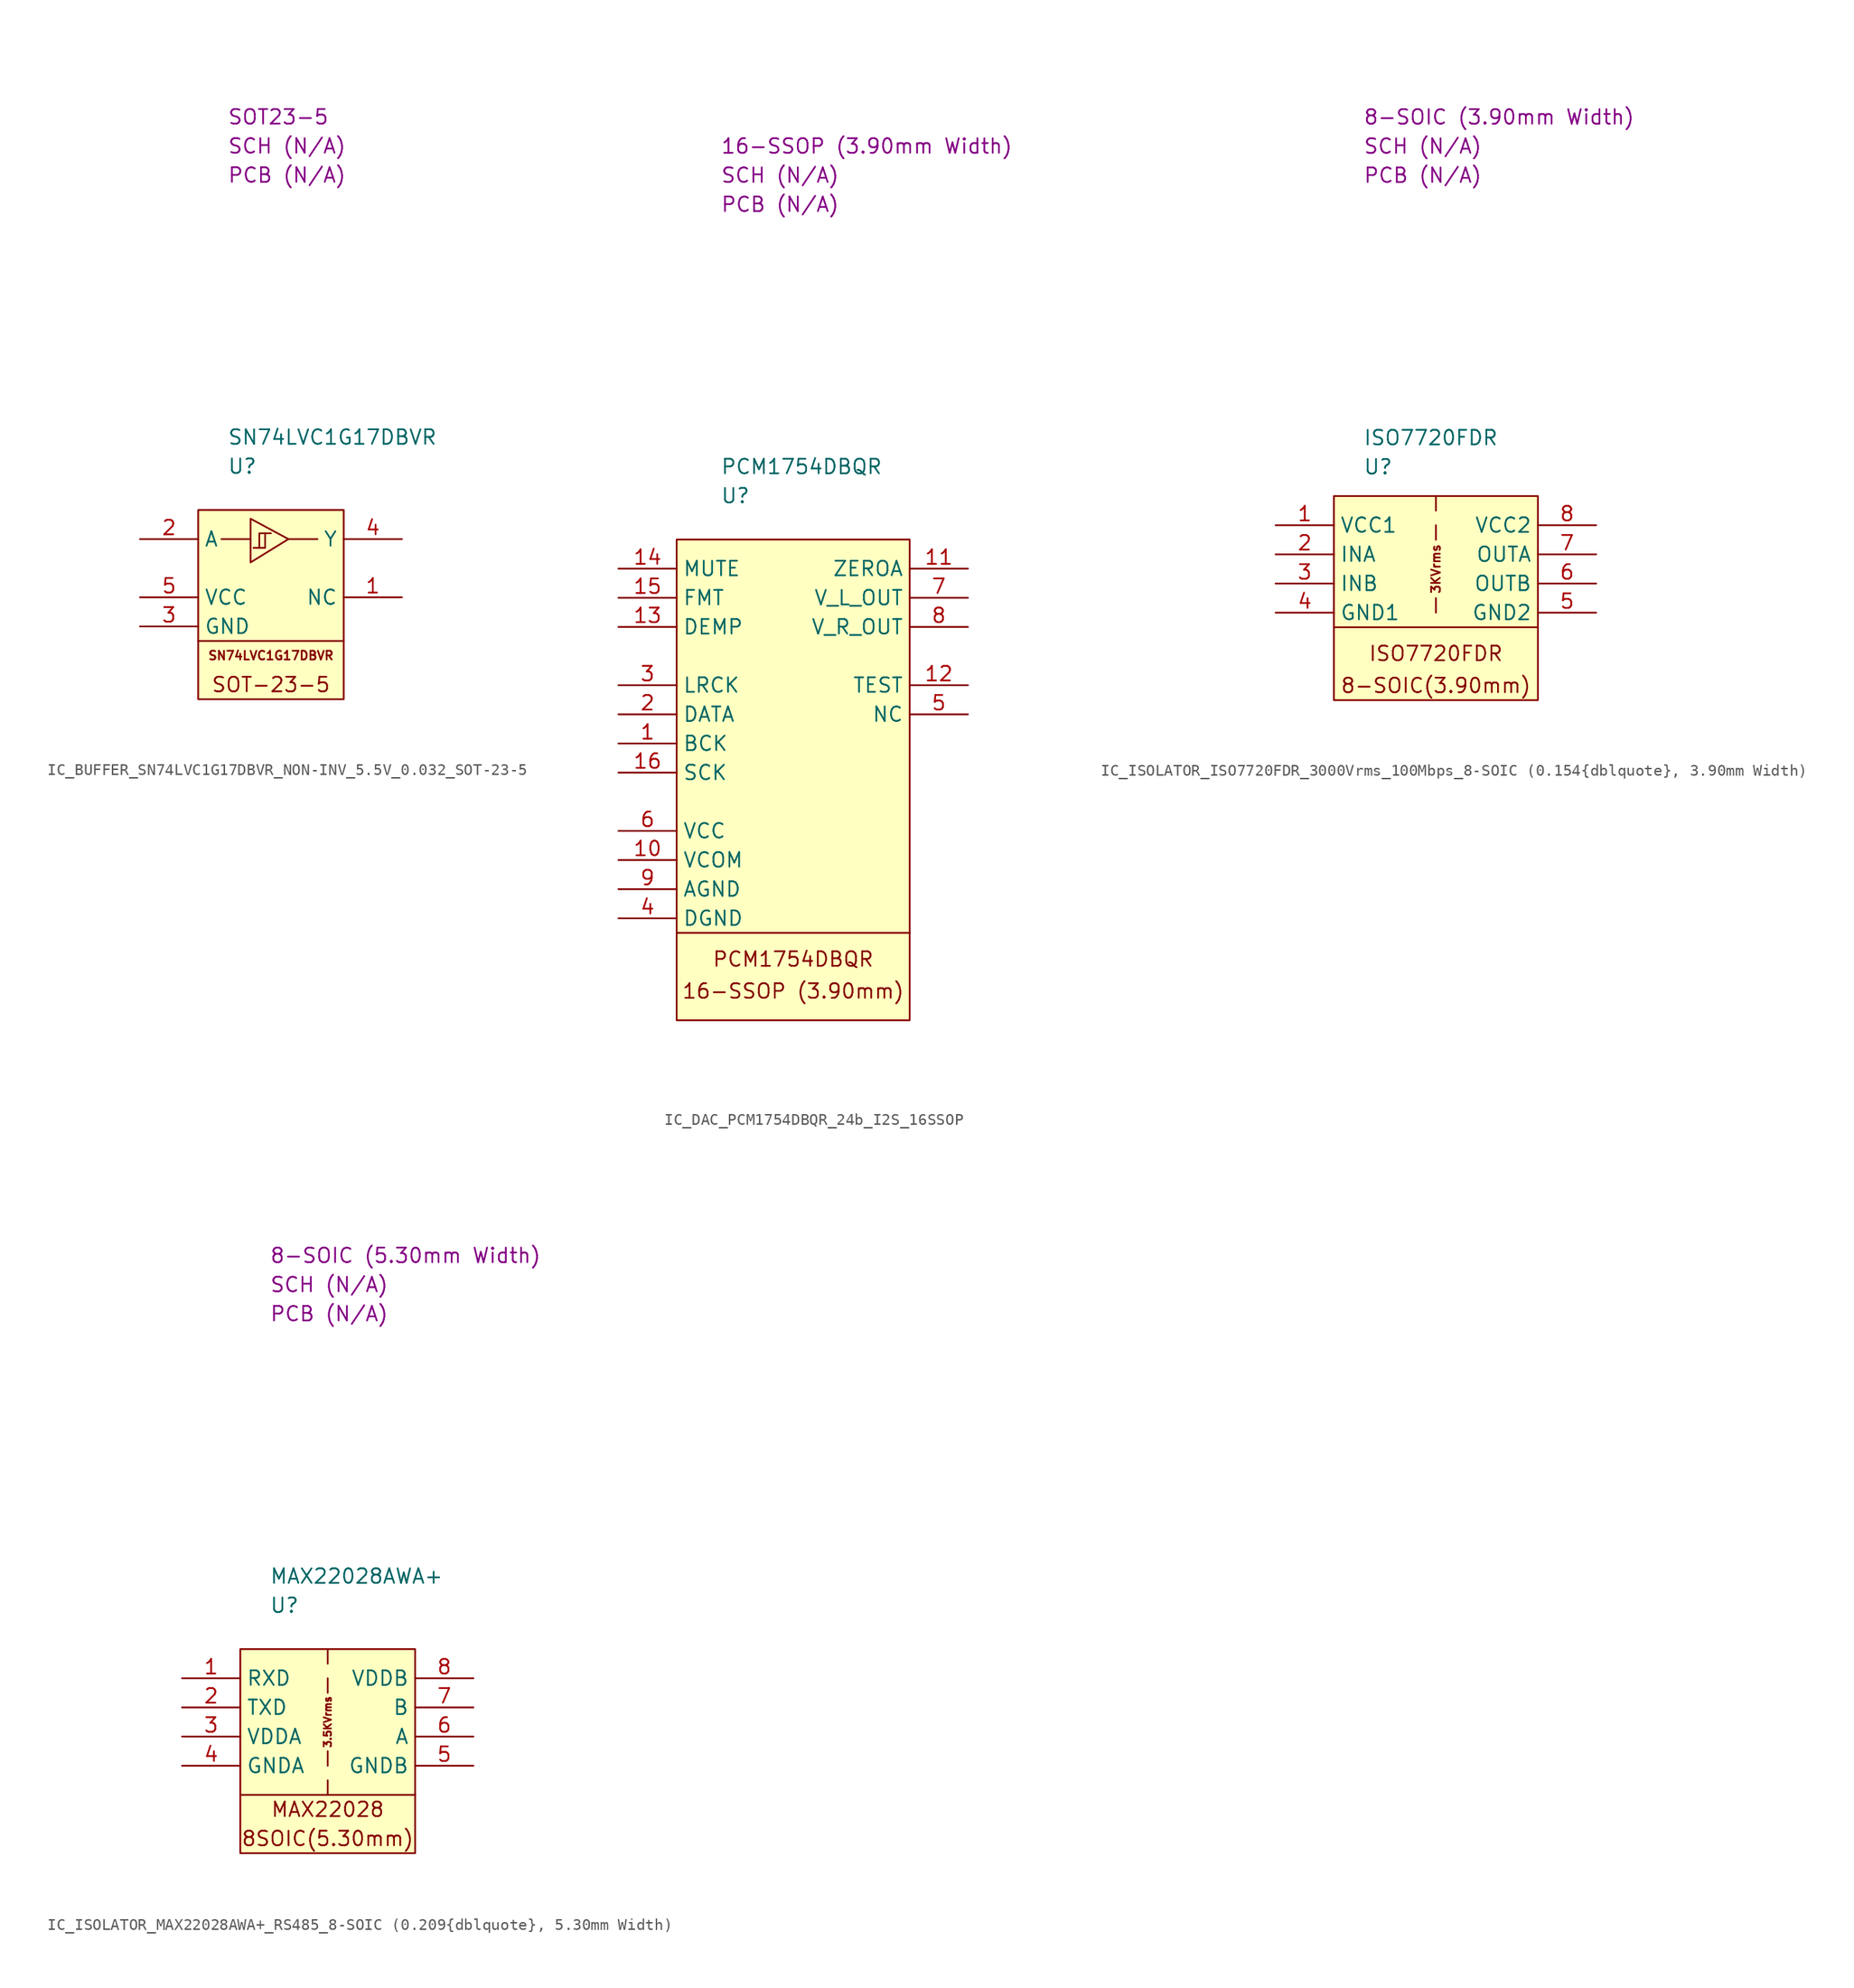
<source format=kicad_sym>
(kicad_symbol_lib
  (version 20220914)
  (generator kicad_symbol_editor)
  (symbol "IC_BUFFER_SN74LVC1G17DBVR_NON-INV_5.5V_0.032_SOT-23-5"
    (property "Reference" "U"
      (at 2.54 3.81 0)
      (effects (font (size 1.27 1.27)) (justify left)))
    (property "Value" "SN74LVC1G17DBVR"
      (at 2.54 6.35 0)
      (effects (font (size 1.27 1.27)) (justify left)))
    (property "Package" "SOT23-5"
      (at 2.54 34.29 0)
      (effects (font (size 1.27 1.27)) (justify left)))
    (property "SCH CHECK" "SCH (N/A)"
      (at 2.54 31.75 0)
      (effects (font (size 1.27 1.27)) (justify left)))
    (property "PCB CHECK" "PCB (N/A)"
      (at 2.54 29.21 0)
      (effects (font (size 1.27 1.27)) (justify left)))
    (symbol "IC_BUFFER_SN74LVC1G17DBVR_NON-INV_5.5V_0.032_SOT-23-5_0_0"
      (text "SN74LVC1G17DBVR" (at 6.35 -12.7 0) (effects (font (size 0.762 0.762))))
      (text "SOT-23-5" (at 6.35 -15.24 0) (effects (font (size 1.27 1.27)))))
    (symbol "IC_BUFFER_SN74LVC1G17DBVR_NON-INV_5.5V_0.032_SOT-23-5_0_1"
      (polyline (pts (xy 0 -11.43) (xy 12.7 -11.43)) (stroke (width 0) (type default)) (fill (type none)))
      (polyline (pts (xy 4.572 -2.54) (xy 2.032 -2.54)) (stroke (width 0) (type default)) (fill (type none)))
      (polyline (pts (xy 7.874 -2.54) (xy 10.414 -2.54)) (stroke (width 0) (type default)) (fill (type none)))
      (polyline (pts (xy 5.334 -3.302) (xy 5.842 -3.302) (xy 5.842 -2.032)) (stroke (width 0) (type default)) (fill (type none)))
      (polyline (pts (xy 4.572 -0.762) (xy 4.572 -4.572) (xy 7.874 -2.54) (xy 4.572 -0.762)) (stroke (width 0) (type default)) (fill (type none)))
      (polyline (pts (xy 6.35 -2.032) (xy 5.334 -2.032) (xy 5.334 -3.302) (xy 4.826 -3.302)) (stroke (width 0) (type default)) (fill (type none)))
      (rectangle (start 0 0) (end 12.7 -16.51) (stroke (width 0) (type default)) (fill (type background))))
    (symbol "IC_BUFFER_SN74LVC1G17DBVR_NON-INV_5.5V_0.032_SOT-23-5_1_1"
      (pin passive line (at 17.78 -7.62 180) (length 5.08) (name "NC" (effects (font (size 1.27 1.27)))) (number "1" (effects (font (size 1.27 1.27)))))
      (pin passive line (at -5.08 -2.54 0) (length 5.08) (name "A" (effects (font (size 1.27 1.27)))) (number "2" (effects (font (size 1.27 1.27)))))
      (pin passive line (at -5.08 -10.16 0) (length 5.08) (name "GND" (effects (font (size 1.27 1.27)))) (number "3" (effects (font (size 1.27 1.27)))))
      (pin passive line (at 17.78 -2.54 180) (length 5.08) (name "Y" (effects (font (size 1.27 1.27)))) (number "4" (effects (font (size 1.27 1.27)))))
      (pin passive line (at -5.08 -7.62 0) (length 5.08) (name "VCC" (effects (font (size 1.27 1.27)))) (number "5" (effects (font (size 1.27 1.27)))))))
  (symbol "IC_DAC_PCM1754DBQR_24b_I2S_16SSOP"
    (property "Reference" "U"
      (at 3.81 3.81 0)
      (effects (font (size 1.27 1.27)) (justify left)))
    (property "Value" "PCM1754DBQR"
      (at 3.81 6.35 0)
      (effects (font (size 1.27 1.27)) (justify left)))
    (property "Package" "16-SSOP (3.90mm Width)"
      (at 3.81 34.29 0)
      (effects (font (size 1.27 1.27)) (justify left)))
    (property "SCH CHECK" "SCH (N/A)"
      (at 3.81 31.75 0)
      (effects (font (size 1.27 1.27)) (justify left)))
    (property "PCB CHECk" "PCB (N/A)"
      (at 3.81 29.21 0)
      (effects (font (size 1.27 1.27)) (justify left)))
    (symbol "IC_DAC_PCM1754DBQR_24b_I2S_16SSOP_0_0"
      (text "	\nPCM1754DBQR" (at 10.16 -35.56 0) (effects (font (size 1.27 1.27))))
      (text "16-SSOP (3.90mm)" (at 10.16 -39.37 0) (effects (font (size 1.27 1.27)))))
    (symbol "IC_DAC_PCM1754DBQR_24b_I2S_16SSOP_0_1"
      (polyline (pts (xy 0 -34.29) (xy 20.32 -34.29)) (stroke (width 0) (type default)) (fill (type none)))
      (rectangle (start 0 0) (end 20.32 -41.91) (stroke (width 0) (type default)) (fill (type background))))
    (symbol "IC_DAC_PCM1754DBQR_24b_I2S_16SSOP_1_1"
      (pin passive line (at -5.08 -17.78 0) (length 5.08) (name "BCK" (effects (font (size 1.27 1.27)))) (number "1" (effects (font (size 1.27 1.27)))))
      (pin passive line (at -5.08 -27.94 0) (length 5.08) (name "VCOM" (effects (font (size 1.27 1.27)))) (number "10" (effects (font (size 1.27 1.27)))))
      (pin passive line (at 25.4 -2.54 180) (length 5.08) (name "ZEROA" (effects (font (size 1.27 1.27)))) (number "11" (effects (font (size 1.27 1.27)))))
      (pin passive line (at 25.4 -12.7 180) (length 5.08) (name "TEST" (effects (font (size 1.27 1.27)))) (number "12" (effects (font (size 1.27 1.27)))))
      (pin passive line (at -5.08 -7.62 0) (length 5.08) (name "DEMP" (effects (font (size 1.27 1.27)))) (number "13" (effects (font (size 1.27 1.27)))))
      (pin passive line (at -5.08 -2.54 0) (length 5.08) (name "MUTE" (effects (font (size 1.27 1.27)))) (number "14" (effects (font (size 1.27 1.27)))))
      (pin passive line (at -5.08 -5.08 0) (length 5.08) (name "FMT" (effects (font (size 1.27 1.27)))) (number "15" (effects (font (size 1.27 1.27)))))
      (pin passive line (at -5.08 -20.32 0) (length 5.08) (name "SCK" (effects (font (size 1.27 1.27)))) (number "16" (effects (font (size 1.27 1.27)))))
      (pin passive line (at -5.08 -15.24 0) (length 5.08) (name "DATA" (effects (font (size 1.27 1.27)))) (number "2" (effects (font (size 1.27 1.27)))))
      (pin passive line (at -5.08 -12.7 0) (length 5.08) (name "LRCK" (effects (font (size 1.27 1.27)))) (number "3" (effects (font (size 1.27 1.27)))))
      (pin passive line (at -5.08 -33.02 0) (length 5.08) (name "DGND" (effects (font (size 1.27 1.27)))) (number "4" (effects (font (size 1.27 1.27)))))
      (pin passive line (at 25.4 -15.24 180) (length 5.08) (name "NC" (effects (font (size 1.27 1.27)))) (number "5" (effects (font (size 1.27 1.27)))))
      (pin passive line (at -5.08 -25.4 0) (length 5.08) (name "VCC" (effects (font (size 1.27 1.27)))) (number "6" (effects (font (size 1.27 1.27)))))
      (pin passive line (at 25.4 -5.08 180) (length 5.08) (name "V_L_OUT" (effects (font (size 1.27 1.27)))) (number "7" (effects (font (size 1.27 1.27)))))
      (pin passive line (at 25.4 -7.62 180) (length 5.08) (name "V_R_OUT" (effects (font (size 1.27 1.27)))) (number "8" (effects (font (size 1.27 1.27)))))
      (pin passive line (at -5.08 -30.48 0) (length 5.08) (name "AGND" (effects (font (size 1.27 1.27)))) (number "9" (effects (font (size 1.27 1.27)))))))
  (symbol "IC_ISOLATOR_ISO7720FDR_3000Vrms_100Mbps_8-SOIC (0.154{dblquote}, 3.90mm Width)"
    (property "Reference" "U"
      (at 2.54 2.54 0)
      (effects (font (size 1.27 1.27)) (justify left)))
    (property "Value" "ISO7720FDR"
      (at 2.54 5.08 0)
      (effects (font (size 1.27 1.27)) (justify left)))
    (property "Package" "8-SOIC (3.90mm Width)"
      (at 2.54 33.02 0)
      (effects (font (size 1.27 1.27)) (justify left)))
    (property "SCH CHECK" "SCH (N/A)"
      (at 2.54 30.48 0)
      (effects (font (size 1.27 1.27)) (justify left)))
    (property "PCB CHECk" "PCB (N/A)"
      (at 2.54 27.94 0)
      (effects (font (size 1.27 1.27)) (justify left)))
    (symbol "IC_ISOLATOR_ISO7720FDR_3000Vrms_100Mbps_8-SOIC (0.154{dblquote}, 3.90mm Width)_0_0"
      (polyline (pts (xy 8.89 -8.89) (xy 8.89 -10.16)) (stroke (width 0) (type default)) (fill (type none)))
      (polyline (pts (xy 8.89 -2.54) (xy 8.89 -3.81)) (stroke (width 0) (type default)) (fill (type none)))
      (polyline (pts (xy 8.89 0) (xy 8.89 -1.27)) (stroke (width 0) (type default)) (fill (type none)))
      (text "	\nISO7720FDR" (at 8.89 -12.7 0) (effects (font (size 1.27 1.27))))
      (text "3KVrms" (at 8.89 -6.35 900) (effects (font (size 0.762 0.762))))
      (text "8-SOIC(3.90mm)" (at 8.89 -16.51 0) (effects (font (size 1.27 1.27)))))
    (symbol "IC_ISOLATOR_ISO7720FDR_3000Vrms_100Mbps_8-SOIC (0.154{dblquote}, 3.90mm Width)_0_1"
      (polyline (pts (xy 17.78 -11.43) (xy 0 -11.43)) (stroke (width 0) (type default)) (fill (type none)))
      (rectangle (start 0 0) (end 17.78 -17.78) (stroke (width 0) (type default)) (fill (type background))))
    (symbol "IC_ISOLATOR_ISO7720FDR_3000Vrms_100Mbps_8-SOIC (0.154{dblquote}, 3.90mm Width)_1_1"
      (pin passive line (at -5.08 -2.54 0) (length 5.08) (name "VCC1" (effects (font (size 1.27 1.27)))) (number "1" (effects (font (size 1.27 1.27)))))
      (pin passive line (at -5.08 -5.08 0) (length 5.08) (name "INA" (effects (font (size 1.27 1.27)))) (number "2" (effects (font (size 1.27 1.27)))))
      (pin passive line (at -5.08 -7.62 0) (length 5.08) (name "INB" (effects (font (size 1.27 1.27)))) (number "3" (effects (font (size 1.27 1.27)))))
      (pin passive line (at -5.08 -10.16 0) (length 5.08) (name "GND1" (effects (font (size 1.27 1.27)))) (number "4" (effects (font (size 1.27 1.27)))))
      (pin passive line (at 22.86 -10.16 180) (length 5.08) (name "GND2" (effects (font (size 1.27 1.27)))) (number "5" (effects (font (size 1.27 1.27)))))
      (pin passive line (at 22.86 -7.62 180) (length 5.08) (name "OUTB" (effects (font (size 1.27 1.27)))) (number "6" (effects (font (size 1.27 1.27)))))
      (pin passive line (at 22.86 -5.08 180) (length 5.08) (name "OUTA" (effects (font (size 1.27 1.27)))) (number "7" (effects (font (size 1.27 1.27)))))
      (pin passive line (at 22.86 -2.54 180) (length 5.08) (name "VCC2" (effects (font (size 1.27 1.27)))) (number "8" (effects (font (size 1.27 1.27)))))))
  (symbol "IC_ISOLATOR_MAX22028AWA+_RS485_8-SOIC (0.209{dblquote}, 5.30mm Width)"
    (property "Reference" "U"
      (at 2.54 3.81 0)
      (effects (font (size 1.27 1.27)) (justify left)))
    (property "Value" "MAX22028AWA+"
      (at 2.54 6.35 0)
      (effects (font (size 1.27 1.27)) (justify left)))
    (property "Package" "8-SOIC (5.30mm Width)"
      (at 2.54 34.29 0)
      (effects (font (size 1.27 1.27)) (justify left)))
    (property "SCH CHECK" "SCH (N/A)"
      (at 2.54 31.75 0)
      (effects (font (size 1.27 1.27)) (justify left)))
    (property "PCB CHECk" "PCB (N/A)"
      (at 2.54 29.21 0)
      (effects (font (size 1.27 1.27)) (justify left)))
    (symbol "IC_ISOLATOR_MAX22028AWA+_RS485_8-SOIC (0.209{dblquote}, 5.30mm Width)_0_0"
      (polyline (pts (xy 7.62 -11.43) (xy 7.62 -12.7)) (stroke (width 0) (type default)) (fill (type none)))
      (polyline (pts (xy 7.62 -8.89) (xy 7.62 -10.16)) (stroke (width 0) (type default)) (fill (type none)))
      (polyline (pts (xy 7.62 -2.54) (xy 7.62 -3.81)) (stroke (width 0) (type default)) (fill (type none)))
      (polyline (pts (xy 7.62 0) (xy 7.62 -1.27)) (stroke (width 0) (type default)) (fill (type none)))
      (text "3.5KVrms" (at 7.62 -6.35 900) (effects (font (size 0.635 0.635))))
      (text "8SOIC(5.30mm)" (at 7.62 -16.51 0) (effects (font (size 1.27 1.27))))
      (text "MAX22028" (at 7.62 -13.97 0) (effects (font (size 1.27 1.27)))))
    (symbol "IC_ISOLATOR_MAX22028AWA+_RS485_8-SOIC (0.209{dblquote}, 5.30mm Width)_0_1"
      (polyline (pts (xy 0 -12.7) (xy 15.24 -12.7)) (stroke (width 0) (type default)) (fill (type none)))
      (rectangle (start 0 0) (end 15.24 -17.78) (stroke (width 0) (type default)) (fill (type background))))
    (symbol "IC_ISOLATOR_MAX22028AWA+_RS485_8-SOIC (0.209{dblquote}, 5.30mm Width)_1_1"
      (pin passive line (at -5.08 -2.54 0) (length 5.08) (name "RXD" (effects (font (size 1.27 1.27)))) (number "1" (effects (font (size 1.27 1.27)))))
      (pin passive line (at -5.08 -5.08 0) (length 5.08) (name "TXD" (effects (font (size 1.27 1.27)))) (number "2" (effects (font (size 1.27 1.27)))))
      (pin passive line (at -5.08 -7.62 0) (length 5.08) (name "VDDA" (effects (font (size 1.27 1.27)))) (number "3" (effects (font (size 1.27 1.27)))))
      (pin passive line (at -5.08 -10.16 0) (length 5.08) (name "GNDA" (effects (font (size 1.27 1.27)))) (number "4" (effects (font (size 1.27 1.27)))))
      (pin passive line (at 20.32 -10.16 180) (length 5.08) (name "GNDB" (effects (font (size 1.27 1.27)))) (number "5" (effects (font (size 1.27 1.27)))))
      (pin passive line (at 20.32 -7.62 180) (length 5.08) (name "A" (effects (font (size 1.27 1.27)))) (number "6" (effects (font (size 1.27 1.27)))))
      (pin passive line (at 20.32 -5.08 180) (length 5.08) (name "B" (effects (font (size 1.27 1.27)))) (number "7" (effects (font (size 1.27 1.27)))))
      (pin passive line (at 20.32 -2.54 180) (length 5.08) (name "VDDB" (effects (font (size 1.27 1.27)))) (number "8" (effects (font (size 1.27 1.27))))))))
</source>
